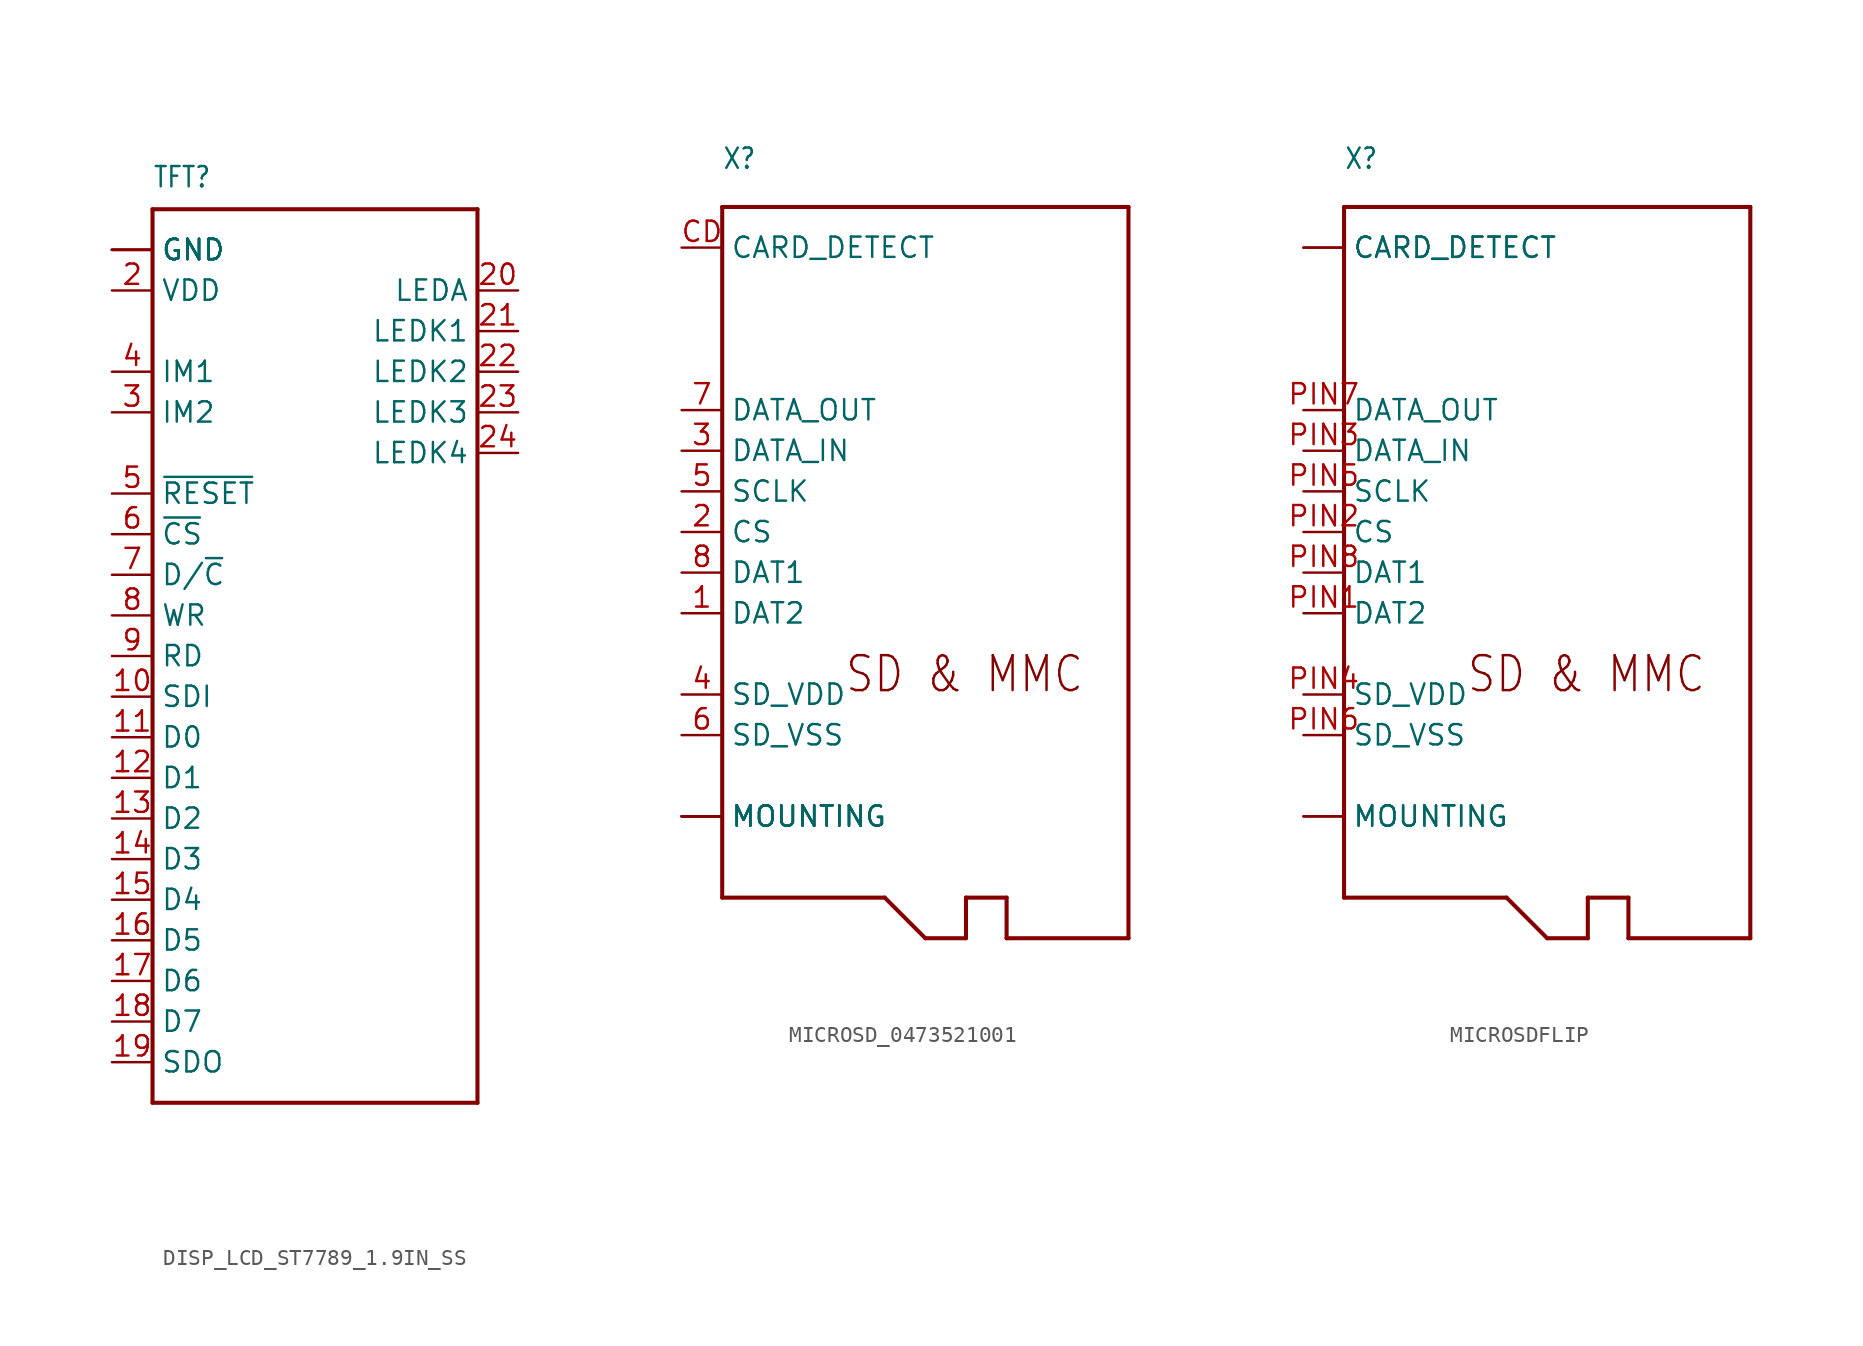
<source format=kicad_sym>
(kicad_symbol_lib
  (version 20231120)
  (generator "kicad_symbol_editor")
  (generator_version "8.0")
  (symbol "DISP_LCD_ST7789_1.9IN_SS"
    (property "Reference" "TFT"
      (at -7.62 31.75 0)
      (effects (font (size 1.27 1.079)) (justify left bottom)))
    (property "Value" ""
      (at -7.62 -27.94 0)
      (effects (font (size 1.27 1.079)) (justify left bottom)))
    (property "ki_locked" ""
      (at 0 0 0)
      (effects (font (size 1.27 1.27))))
    (symbol "DISP_LCD_ST7789_1.9IN_SS_1_0"
      (polyline (pts (xy -7.62 -25.4) (xy -7.62 30.48)) (stroke (width 0.254) (type solid)) (fill (type none)))
      (polyline (pts (xy -7.62 30.48) (xy 12.7 30.48)) (stroke (width 0.254) (type solid)) (fill (type none)))
      (polyline (pts (xy 12.7 -25.4) (xy -7.62 -25.4)) (stroke (width 0.254) (type solid)) (fill (type none)))
      (polyline (pts (xy 12.7 30.48) (xy 12.7 -25.4)) (stroke (width 0.254) (type solid)) (fill (type none)))
      (pin power_in line (at -10.16 27.94 0) (length 2.54) (name "GND" (effects (font (size 1.27 1.27)))) (number "1" (effects (font (size 0 0)))))
      (pin input line (at -10.16 0 0) (length 2.54) (name "SDI" (effects (font (size 1.27 1.27)))) (number "10" (effects (font (size 1.27 1.27)))))
      (pin bidirectional line (at -10.16 -2.54 0) (length 2.54) (name "D0" (effects (font (size 1.27 1.27)))) (number "11" (effects (font (size 1.27 1.27)))))
      (pin bidirectional line (at -10.16 -5.08 0) (length 2.54) (name "D1" (effects (font (size 1.27 1.27)))) (number "12" (effects (font (size 1.27 1.27)))))
      (pin bidirectional line (at -10.16 -7.62 0) (length 2.54) (name "D2" (effects (font (size 1.27 1.27)))) (number "13" (effects (font (size 1.27 1.27)))))
      (pin bidirectional line (at -10.16 -10.16 0) (length 2.54) (name "D3" (effects (font (size 1.27 1.27)))) (number "14" (effects (font (size 1.27 1.27)))))
      (pin bidirectional line (at -10.16 -12.7 0) (length 2.54) (name "D4" (effects (font (size 1.27 1.27)))) (number "15" (effects (font (size 1.27 1.27)))))
      (pin bidirectional line (at -10.16 -15.24 0) (length 2.54) (name "D5" (effects (font (size 1.27 1.27)))) (number "16" (effects (font (size 1.27 1.27)))))
      (pin bidirectional line (at -10.16 -17.78 0) (length 2.54) (name "D6" (effects (font (size 1.27 1.27)))) (number "17" (effects (font (size 1.27 1.27)))))
      (pin bidirectional line (at -10.16 -20.32 0) (length 2.54) (name "D7" (effects (font (size 1.27 1.27)))) (number "18" (effects (font (size 1.27 1.27)))))
      (pin output line (at -10.16 -22.86 0) (length 2.54) (name "SDO" (effects (font (size 1.27 1.27)))) (number "19" (effects (font (size 1.27 1.27)))))
      (pin power_in line (at -10.16 25.4 0) (length 2.54) (name "VDD" (effects (font (size 1.27 1.27)))) (number "2" (effects (font (size 1.27 1.27)))))
      (pin input line (at 15.24 25.4 180) (length 2.54) (name "LEDA" (effects (font (size 1.27 1.27)))) (number "20" (effects (font (size 1.27 1.27)))))
      (pin input line (at 15.24 22.86 180) (length 2.54) (name "LEDK1" (effects (font (size 1.27 1.27)))) (number "21" (effects (font (size 1.27 1.27)))))
      (pin input line (at 15.24 20.32 180) (length 2.54) (name "LEDK2" (effects (font (size 1.27 1.27)))) (number "22" (effects (font (size 1.27 1.27)))))
      (pin input line (at 15.24 17.78 180) (length 2.54) (name "LEDK3" (effects (font (size 1.27 1.27)))) (number "23" (effects (font (size 1.27 1.27)))))
      (pin input line (at 15.24 15.24 180) (length 2.54) (name "LEDK4" (effects (font (size 1.27 1.27)))) (number "24" (effects (font (size 1.27 1.27)))))
      (pin power_in line (at -10.16 27.94 0) (length 2.54) (name "GND" (effects (font (size 1.27 1.27)))) (number "25" (effects (font (size 0 0)))))
      (pin input line (at -10.16 17.78 0) (length 2.54) (name "IM2" (effects (font (size 1.27 1.27)))) (number "3" (effects (font (size 1.27 1.27)))))
      (pin power_in line (at -10.16 27.94 0) (length 2.54) (name "GND" (effects (font (size 1.27 1.27)))) (number "30" (effects (font (size 0 0)))))
      (pin input line (at -10.16 20.32 0) (length 2.54) (name "IM1" (effects (font (size 1.27 1.27)))) (number "4" (effects (font (size 1.27 1.27)))))
      (pin input line (at -10.16 12.7 0) (length 2.54) (name "~{RESET}" (effects (font (size 1.27 1.27)))) (number "5" (effects (font (size 1.27 1.27)))))
      (pin input line (at -10.16 10.16 0) (length 2.54) (name "~{CS}" (effects (font (size 1.27 1.27)))) (number "6" (effects (font (size 1.27 1.27)))))
      (pin input line (at -10.16 7.62 0) (length 2.54) (name "D/~{C}" (effects (font (size 1.27 1.27)))) (number "7" (effects (font (size 1.27 1.27)))))
      (pin input line (at -10.16 5.08 0) (length 2.54) (name "WR" (effects (font (size 1.27 1.27)))) (number "8" (effects (font (size 1.27 1.27)))))
      (pin input line (at -10.16 2.54 0) (length 2.54) (name "RD" (effects (font (size 1.27 1.27)))) (number "9" (effects (font (size 1.27 1.27)))))
      (pin power_in line (at -10.16 27.94 0) (length 2.54) (name "GND" (effects (font (size 1.27 1.27)))) (number "MNT1" (effects (font (size 0 0)))))
      (pin power_in line (at -10.16 27.94 0) (length 2.54) (name "GND" (effects (font (size 1.27 1.27)))) (number "MNT2" (effects (font (size 0 0)))))))
  (symbol "MICROSD_0473521001"
    (property "Reference" "X"
      (at -12.7 22.606 0)
      (effects (font (size 1.27 1.079)) (justify left bottom)))
    (property "Value" ""
      (at -12.7 20.828 0)
      (effects (font (size 1.27 1.079)) (justify left bottom)))
    (property "ki_locked" ""
      (at 0 0 0)
      (effects (font (size 1.27 1.27))))
    (symbol "MICROSD_0473521001_1_0"
      (polyline (pts (xy -12.7 -22.86) (xy -2.54 -22.86)) (stroke (width 0.254) (type solid)) (fill (type none)))
      (polyline (pts (xy -12.7 20.32) (xy -12.7 -22.86)) (stroke (width 0.254) (type solid)) (fill (type none)))
      (polyline (pts (xy -2.54 -22.86) (xy 0 -25.4)) (stroke (width 0.254) (type solid)) (fill (type none)))
      (polyline (pts (xy 0 -25.4) (xy 2.54 -25.4)) (stroke (width 0.254) (type solid)) (fill (type none)))
      (polyline (pts (xy 2.54 -25.4) (xy 2.54 -22.86)) (stroke (width 0.254) (type solid)) (fill (type none)))
      (polyline (pts (xy 2.54 -22.86) (xy 5.08 -22.86)) (stroke (width 0.254) (type solid)) (fill (type none)))
      (polyline (pts (xy 5.08 -25.4) (xy 12.7 -25.4)) (stroke (width 0.254) (type solid)) (fill (type none)))
      (polyline (pts (xy 5.08 -22.86) (xy 5.08 -25.4)) (stroke (width 0.254) (type solid)) (fill (type none)))
      (polyline (pts (xy 12.7 -25.4) (xy 12.7 20.32)) (stroke (width 0.254) (type solid)) (fill (type none)))
      (polyline (pts (xy 12.7 20.32) (xy -12.7 20.32)) (stroke (width 0.254) (type solid)) (fill (type none)))
      (text "SD & MMC" (at -5.08 -10.16 0) (effects (font (size 2.184 1.857)) (justify left bottom)))
      (pin bidirectional line (at -15.24 -5.08 0) (length 2.54) (name "DAT2" (effects (font (size 1.27 1.27)))) (number "1" (effects (font (size 1.27 1.27)))))
      (pin input line (at -15.24 0 0) (length 2.54) (name "CS" (effects (font (size 1.27 1.27)))) (number "2" (effects (font (size 1.27 1.27)))))
      (pin input line (at -15.24 5.08 0) (length 2.54) (name "DATA_IN" (effects (font (size 1.27 1.27)))) (number "3" (effects (font (size 1.27 1.27)))))
      (pin power_in line (at -15.24 -10.16 0) (length 2.54) (name "SD_VDD" (effects (font (size 1.27 1.27)))) (number "4" (effects (font (size 1.27 1.27)))))
      (pin input line (at -15.24 2.54 0) (length 2.54) (name "SCLK" (effects (font (size 1.27 1.27)))) (number "5" (effects (font (size 1.27 1.27)))))
      (pin power_in line (at -15.24 -12.7 0) (length 2.54) (name "SD_VSS" (effects (font (size 1.27 1.27)))) (number "6" (effects (font (size 1.27 1.27)))))
      (pin output line (at -15.24 7.62 0) (length 2.54) (name "DATA_OUT" (effects (font (size 1.27 1.27)))) (number "7" (effects (font (size 1.27 1.27)))))
      (pin bidirectional line (at -15.24 -2.54 0) (length 2.54) (name "DAT1" (effects (font (size 1.27 1.27)))) (number "8" (effects (font (size 1.27 1.27)))))
      (pin passive line (at -15.24 17.78 0) (length 2.54) (name "CARD_DETECT" (effects (font (size 1.27 1.27)))) (number "CD" (effects (font (size 1.27 1.27)))))
      (pin passive line (at -15.24 -17.78 0) (length 2.54) (name "MOUNTING" (effects (font (size 1.27 1.27)))) (number "MT1" (effects (font (size 0 0)))))
      (pin passive line (at -15.24 -17.78 0) (length 2.54) (name "MOUNTING" (effects (font (size 1.27 1.27)))) (number "MT2" (effects (font (size 0 0)))))
      (pin passive line (at -15.24 -17.78 0) (length 2.54) (name "MOUNTING" (effects (font (size 1.27 1.27)))) (number "MT3" (effects (font (size 0 0)))))
      (pin passive line (at -15.24 -17.78 0) (length 2.54) (name "MOUNTING" (effects (font (size 1.27 1.27)))) (number "MT4" (effects (font (size 0 0)))))))
  (symbol "MICROSDFLIP"
    (property "Reference" "X"
      (at -12.7 22.606 0)
      (effects (font (size 1.27 1.079)) (justify left bottom)))
    (property "Value" ""
      (at -12.7 20.828 0)
      (effects (font (size 1.27 1.079)) (justify left bottom)))
    (property "ki_locked" ""
      (at 0 0 0)
      (effects (font (size 1.27 1.27))))
    (symbol "MICROSDFLIP_1_0"
      (polyline (pts (xy -12.7 -22.86) (xy -2.54 -22.86)) (stroke (width 0.254) (type solid)) (fill (type none)))
      (polyline (pts (xy -12.7 20.32) (xy -12.7 -22.86)) (stroke (width 0.254) (type solid)) (fill (type none)))
      (polyline (pts (xy -2.54 -22.86) (xy 0 -25.4)) (stroke (width 0.254) (type solid)) (fill (type none)))
      (polyline (pts (xy 0 -25.4) (xy 2.54 -25.4)) (stroke (width 0.254) (type solid)) (fill (type none)))
      (polyline (pts (xy 2.54 -25.4) (xy 2.54 -22.86)) (stroke (width 0.254) (type solid)) (fill (type none)))
      (polyline (pts (xy 2.54 -22.86) (xy 5.08 -22.86)) (stroke (width 0.254) (type solid)) (fill (type none)))
      (polyline (pts (xy 5.08 -25.4) (xy 12.7 -25.4)) (stroke (width 0.254) (type solid)) (fill (type none)))
      (polyline (pts (xy 5.08 -22.86) (xy 5.08 -25.4)) (stroke (width 0.254) (type solid)) (fill (type none)))
      (polyline (pts (xy 12.7 -25.4) (xy 12.7 20.32)) (stroke (width 0.254) (type solid)) (fill (type none)))
      (polyline (pts (xy 12.7 20.32) (xy -12.7 20.32)) (stroke (width 0.254) (type solid)) (fill (type none)))
      (text "SD & MMC" (at -5.08 -10.16 0) (effects (font (size 2.184 1.857)) (justify left bottom)))
      (pin passive line (at -15.24 17.78 0) (length 2.54) (name "CARD_DETECT" (effects (font (size 1.27 1.27)))) (number "P$10" (effects (font (size 0 0)))))
      (pin passive line (at -15.24 -17.78 0) (length 2.54) (name "MOUNTING" (effects (font (size 1.27 1.27)))) (number "P$11" (effects (font (size 0 0)))))
      (pin passive line (at -15.24 -17.78 0) (length 2.54) (name "MOUNTING" (effects (font (size 1.27 1.27)))) (number "P$12" (effects (font (size 0 0)))))
      (pin passive line (at -15.24 17.78 0) (length 2.54) (name "CARD_DETECT" (effects (font (size 1.27 1.27)))) (number "P$9" (effects (font (size 0 0)))))
      (pin bidirectional line (at -15.24 -5.08 0) (length 2.54) (name "DAT2" (effects (font (size 1.27 1.27)))) (number "PIN1" (effects (font (size 1.27 1.27)))))
      (pin input line (at -15.24 0 0) (length 2.54) (name "CS" (effects (font (size 1.27 1.27)))) (number "PIN2" (effects (font (size 1.27 1.27)))))
      (pin input line (at -15.24 5.08 0) (length 2.54) (name "DATA_IN" (effects (font (size 1.27 1.27)))) (number "PIN3" (effects (font (size 1.27 1.27)))))
      (pin power_in line (at -15.24 -10.16 0) (length 2.54) (name "SD_VDD" (effects (font (size 1.27 1.27)))) (number "PIN4" (effects (font (size 1.27 1.27)))))
      (pin input line (at -15.24 2.54 0) (length 2.54) (name "SCLK" (effects (font (size 1.27 1.27)))) (number "PIN5" (effects (font (size 1.27 1.27)))))
      (pin power_in line (at -15.24 -12.7 0) (length 2.54) (name "SD_VSS" (effects (font (size 1.27 1.27)))) (number "PIN6" (effects (font (size 1.27 1.27)))))
      (pin output line (at -15.24 7.62 0) (length 2.54) (name "DATA_OUT" (effects (font (size 1.27 1.27)))) (number "PIN7" (effects (font (size 1.27 1.27)))))
      (pin bidirectional line (at -15.24 -2.54 0) (length 2.54) (name "DAT1" (effects (font (size 1.27 1.27)))) (number "PIN8" (effects (font (size 1.27 1.27))))))))
</source>
